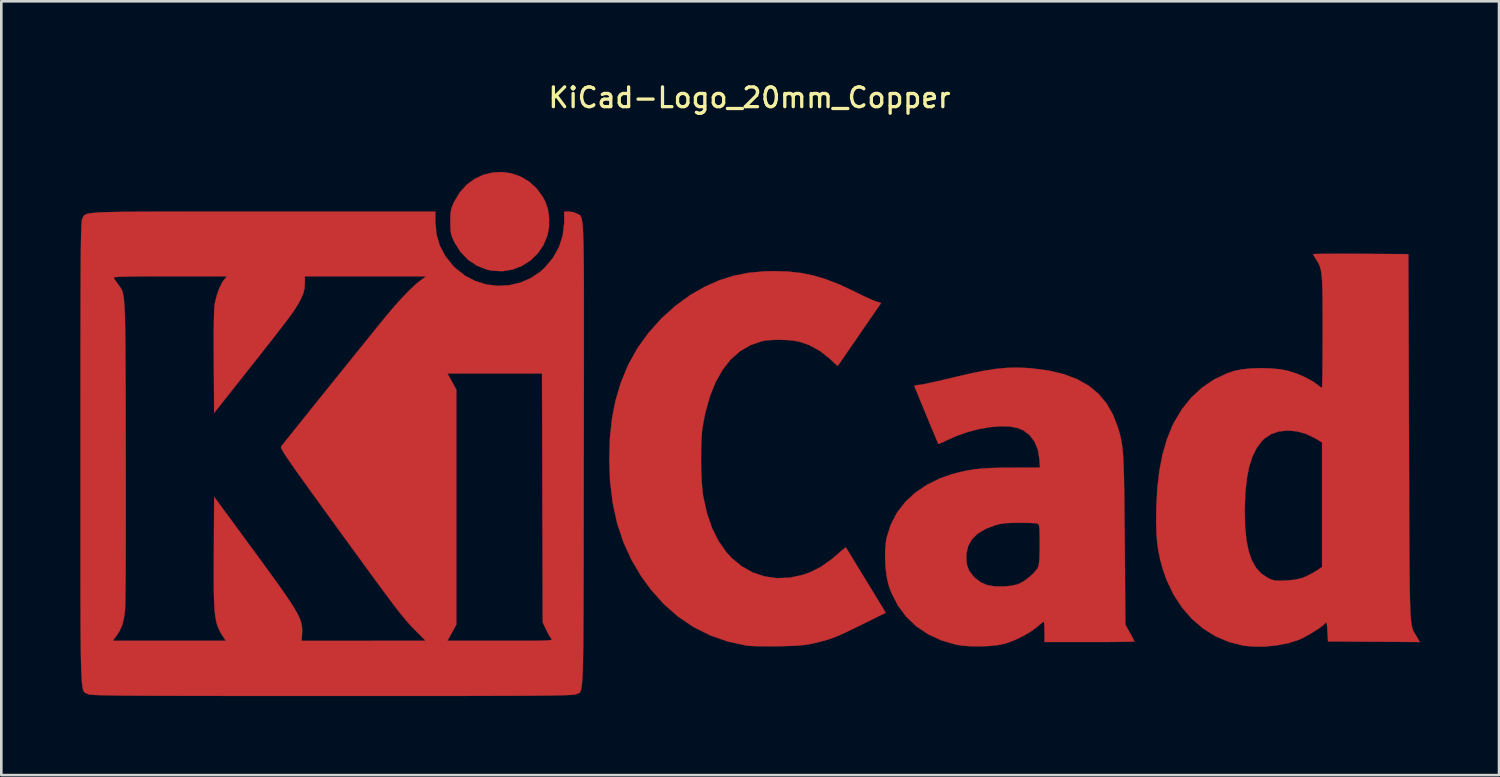
<source format=kicad_pcb>
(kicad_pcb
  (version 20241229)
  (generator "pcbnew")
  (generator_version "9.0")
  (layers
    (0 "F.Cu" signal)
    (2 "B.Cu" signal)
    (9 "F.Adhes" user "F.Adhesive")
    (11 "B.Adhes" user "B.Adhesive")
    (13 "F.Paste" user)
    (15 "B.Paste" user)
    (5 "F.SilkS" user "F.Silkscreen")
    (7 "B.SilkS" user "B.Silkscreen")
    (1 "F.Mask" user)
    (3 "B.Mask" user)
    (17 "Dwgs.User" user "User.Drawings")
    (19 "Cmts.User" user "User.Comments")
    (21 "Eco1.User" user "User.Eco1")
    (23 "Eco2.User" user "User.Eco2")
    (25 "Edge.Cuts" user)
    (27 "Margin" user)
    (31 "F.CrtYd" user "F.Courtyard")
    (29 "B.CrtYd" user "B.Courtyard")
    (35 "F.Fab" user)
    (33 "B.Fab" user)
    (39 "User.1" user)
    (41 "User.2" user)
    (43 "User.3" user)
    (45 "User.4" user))
  (footprint "KiCad-Logo_20mm_Copper"
    (layer "F.Cu")
    (at 25.405 13.358)
    (property "Reference" "KiCad-Logo_20mm_Copper" (at 0 -12.7 0) (layer "F.SilkS") (effects (font (size 0.75 0.75) (thickness 0.125))))
    (attr exclude_from_pos_files exclude_from_bom allow_missing_courtyard)
    (fp_poly (pts (xy -9.038 -9.825) (xy -8.696 -9.707) (xy -8.378 -9.52) (xy -8.094 -9.266) (xy -7.854 -8.943) (xy -7.746 -8.74) (xy -7.653 -8.455) (xy -7.608 -8.127) (xy -7.613 -7.79) (xy -7.668 -7.484) (xy -7.82 -7.11) (xy -8.04 -6.786) (xy -8.318 -6.518) (xy -8.641 -6.312) (xy -8.999 -6.175) (xy -9.381 -6.112) (xy -9.775 -6.132) (xy -9.969 -6.173) (xy -10.347 -6.32) (xy -10.683 -6.545) (xy -10.969 -6.84) (xy -11.196 -7.198) (xy -11.216 -7.238) (xy -11.282 -7.385) (xy -11.324 -7.508) (xy -11.346 -7.639) (xy -11.356 -7.807) (xy -11.357 -7.989) (xy -11.355 -8.208) (xy -11.343 -8.366) (xy -11.317 -8.494) (xy -11.271 -8.622) (xy -11.213 -8.748) (xy -10.999 -9.106) (xy -10.735 -9.397) (xy -10.432 -9.619) (xy -10.101 -9.772) (xy -9.751 -9.858) (xy -9.393 -9.876) (xy -9.038 -9.825)) (stroke (width 0.01) (type solid)) (fill yes) (layer "F.Cu"))
    (fp_poly (pts (xy 1.459 -6.099) (xy 1.95 -6.045) (xy 2.425 -5.949) (xy 2.905 -5.805) (xy 3.408 -5.609) (xy 3.953 -5.355) (xy 4.052 -5.306) (xy 4.277 -5.195) (xy 4.49 -5.095) (xy 4.669 -5.016) (xy 4.793 -4.966) (xy 4.812 -4.96) (xy 4.995 -4.905) (xy 4.177 -3.716) (xy 3.977 -3.425) (xy 3.794 -3.16) (xy 3.635 -2.928) (xy 3.505 -2.74) (xy 3.411 -2.604) (xy 3.359 -2.529) (xy 3.35 -2.517) (xy 3.316 -2.541) (xy 3.231 -2.616) (xy 3.112 -2.727) (xy 3.046 -2.79) (xy 2.671 -3.087) (xy 2.251 -3.314) (xy 1.889 -3.437) (xy 1.672 -3.476) (xy 1.399 -3.5) (xy 1.105 -3.508) (xy 0.819 -3.5) (xy 0.574 -3.476) (xy 0.477 -3.457) (xy 0.037 -3.306) (xy -0.359 -3.075) (xy -0.712 -2.764) (xy -1.02 -2.375) (xy -1.284 -1.907) (xy -1.504 -1.362) (xy -1.678 -0.738) (xy -1.782 -0.205) (xy -1.809 0.031) (xy -1.827 0.335) (xy -1.837 0.686) (xy -1.839 1.062) (xy -1.833 1.442) (xy -1.818 1.802) (xy -1.796 2.122) (xy -1.767 2.38) (xy -1.761 2.42) (xy -1.62 3.06) (xy -1.428 3.626) (xy -1.183 4.122) (xy -0.885 4.549) (xy -0.674 4.78) (xy -0.294 5.093) (xy 0.122 5.325) (xy 0.569 5.475) (xy 1.038 5.542) (xy 1.522 5.523) (xy 2.016 5.418) (xy 2.307 5.316) (xy 2.711 5.111) (xy 3.127 4.816) (xy 3.36 4.617) (xy 3.491 4.502) (xy 3.593 4.418) (xy 3.652 4.377) (xy 3.659 4.376) (xy 3.685 4.417) (xy 3.753 4.527) (xy 3.856 4.696) (xy 3.99 4.915) (xy 4.147 5.173) (xy 4.324 5.462) (xy 4.422 5.623) (xy 5.171 6.854) (xy 4.236 7.316) (xy 3.897 7.482) (xy 3.623 7.613) (xy 3.397 7.715) (xy 3.201 7.795) (xy 3.019 7.86) (xy 2.835 7.916) (xy 2.631 7.968) (xy 2.435 8.015) (xy 2.261 8.051) (xy 2.08 8.078) (xy 1.872 8.098) (xy 1.62 8.112) (xy 1.305 8.122) (xy 1.092 8.126) (xy 0.79 8.129) (xy 0.499 8.128) (xy 0.241 8.122) (xy 0.033 8.113) (xy -0.105 8.101) (xy -0.113 8.1) (xy -0.828 7.945) (xy -1.499 7.711) (xy -2.127 7.396) (xy -2.71 7.002) (xy -3.25 6.529) (xy -3.744 5.976) (xy -4.103 5.485) (xy -4.484 4.842) (xy -4.793 4.163) (xy -5.029 3.443) (xy -5.196 2.675) (xy -5.294 1.855) (xy -5.325 1.023) (xy -5.3 0.218) (xy -5.22 -0.525) (xy -5.083 -1.218) (xy -4.887 -1.874) (xy -4.629 -2.506) (xy -4.598 -2.571) (xy -4.258 -3.183) (xy -3.841 -3.764) (xy -3.358 -4.305) (xy -2.821 -4.791) (xy -2.243 -5.212) (xy -1.703 -5.52) (xy -1.158 -5.762) (xy -0.613 -5.937) (xy -0.044 -6.051) (xy 0.567 -6.107) (xy 0.933 -6.115) (xy 1.459 -6.099)) (stroke (width 0.01) (type solid)) (fill yes) (layer "F.Cu"))
    (fp_poly (pts (xy 22.685 -6.774) (xy 23.072 -6.772) (xy 23.204 -6.772) (xy 25.013 -6.76) (xy 25.036 0.182) (xy 25.039 1.123) (xy 25.042 1.978) (xy 25.044 2.751) (xy 25.047 3.445) (xy 25.049 4.067) (xy 25.052 4.619) (xy 25.056 5.107) (xy 25.06 5.535) (xy 25.065 5.907) (xy 25.071 6.228) (xy 25.078 6.502) (xy 25.087 6.734) (xy 25.097 6.928) (xy 25.109 7.088) (xy 25.123 7.219) (xy 25.139 7.325) (xy 25.157 7.411) (xy 25.178 7.482) (xy 25.201 7.54) (xy 25.227 7.592) (xy 25.255 7.641) (xy 25.287 7.692) (xy 25.322 7.749) (xy 25.329 7.761) (xy 25.45 7.967) (xy 21.963 7.943) (xy 21.941 7.56) (xy 21.928 7.376) (xy 21.915 7.27) (xy 21.898 7.228) (xy 21.871 7.237) (xy 21.849 7.261) (xy 21.754 7.349) (xy 21.598 7.463) (xy 21.403 7.588) (xy 21.192 7.712) (xy 20.987 7.82) (xy 20.83 7.891) (xy 20.46 8.008) (xy 20.037 8.09) (xy 19.59 8.136) (xy 19.152 8.141) (xy 18.753 8.103) (xy 18.746 8.101) (xy 18.2 7.964) (xy 17.689 7.746) (xy 17.218 7.451) (xy 16.791 7.085) (xy 16.415 6.651) (xy 16.092 6.154) (xy 15.83 5.6) (xy 15.687 5.189) (xy 15.592 4.846) (xy 15.522 4.513) (xy 15.475 4.171) (xy 15.447 3.8) (xy 15.437 3.378) (xy 15.442 3.034) (xy 18.801 3.034) (xy 18.816 3.611) (xy 18.867 4.107) (xy 18.953 4.528) (xy 19.076 4.876) (xy 19.238 5.157) (xy 19.44 5.375) (xy 19.674 5.529) (xy 19.796 5.587) (xy 19.901 5.621) (xy 20.019 5.637) (xy 20.177 5.638) (xy 20.347 5.632) (xy 20.682 5.603) (xy 20.947 5.545) (xy 21.03 5.516) (xy 21.22 5.43) (xy 21.421 5.323) (xy 21.508 5.269) (xy 21.736 5.12) (xy 21.736 0.388) (xy 21.485 0.238) (xy 21.136 0.068) (xy 20.779 -0.032) (xy 20.428 -0.064) (xy 20.095 -0.027) (xy 19.794 0.077) (xy 19.538 0.248) (xy 19.455 0.33) (xy 19.255 0.599) (xy 19.094 0.924) (xy 18.969 1.312) (xy 18.88 1.767) (xy 18.824 2.296) (xy 18.801 2.903) (xy 18.801 3.034) (xy 15.442 3.034) (xy 15.443 2.891) (xy 15.482 2.142) (xy 15.559 1.466) (xy 15.677 0.854) (xy 15.838 0.295) (xy 16.043 -0.219) (xy 16.117 -0.372) (xy 16.413 -0.87) (xy 16.77 -1.312) (xy 17.18 -1.691) (xy 17.636 -2.001) (xy 18.128 -2.234) (xy 18.422 -2.331) (xy 18.712 -2.388) (xy 19.06 -2.422) (xy 19.438 -2.432) (xy 19.817 -2.42) (xy 20.166 -2.385) (xy 20.447 -2.33) (xy 20.781 -2.221) (xy 21.105 -2.081) (xy 21.389 -1.925) (xy 21.54 -1.818) (xy 21.644 -1.739) (xy 21.716 -1.691) (xy 21.733 -1.684) (xy 21.738 -1.728) (xy 21.743 -1.854) (xy 21.747 -2.054) (xy 21.751 -2.318) (xy 21.754 -2.637) (xy 21.756 -3.002) (xy 21.758 -3.406) (xy 21.758 -3.816) (xy 21.758 -4.343) (xy 21.757 -4.786) (xy 21.754 -5.156) (xy 21.748 -5.46) (xy 21.739 -5.706) (xy 21.726 -5.905) (xy 21.708 -6.063) (xy 21.684 -6.189) (xy 21.654 -6.292) (xy 21.617 -6.381) (xy 21.572 -6.463) (xy 21.518 -6.548) (xy 21.511 -6.558) (xy 21.442 -6.668) (xy 21.4 -6.743) (xy 21.394 -6.759) (xy 21.438 -6.764) (xy 21.563 -6.768) (xy 21.76 -6.771) (xy 22.019 -6.773) (xy 22.331 -6.774) (xy 22.685 -6.774)) (stroke (width 0.01) (type solid)) (fill yes) (layer "F.Cu"))
    (fp_poly (pts (xy 10.502 -2.439) (xy 10.727 -2.422) (xy 11.372 -2.336) (xy 11.944 -2.2) (xy 12.444 -2.01) (xy 12.876 -1.765) (xy 13.243 -1.463) (xy 13.547 -1.103) (xy 13.791 -0.683) (xy 13.97 -0.228) (xy 14.015 -0.082) (xy 14.054 0.054) (xy 14.088 0.188) (xy 14.117 0.327) (xy 14.142 0.479) (xy 14.163 0.651) (xy 14.18 0.851) (xy 14.194 1.085) (xy 14.205 1.362) (xy 14.215 1.687) (xy 14.222 2.069) (xy 14.229 2.516) (xy 14.235 3.033) (xy 14.24 3.629) (xy 14.244 4.097) (xy 14.27 7.306) (xy 14.441 7.615) (xy 14.522 7.764) (xy 14.582 7.879) (xy 14.611 7.941) (xy 14.612 7.945) (xy 14.568 7.95) (xy 14.443 7.954) (xy 14.247 7.958) (xy 13.99 7.961) (xy 13.681 7.964) (xy 13.331 7.965) (xy 12.95 7.966) (xy 12.905 7.966) (xy 11.198 7.966) (xy 11.198 7.579) (xy 11.195 7.404) (xy 11.187 7.27) (xy 11.176 7.199) (xy 11.171 7.192) (xy 11.126 7.22) (xy 11.033 7.293) (xy 10.912 7.395) (xy 10.909 7.398) (xy 10.689 7.562) (xy 10.41 7.727) (xy 10.105 7.876) (xy 9.805 7.994) (xy 9.673 8.034) (xy 9.41 8.085) (xy 9.087 8.118) (xy 8.735 8.131) (xy 8.381 8.126) (xy 8.057 8.1) (xy 7.829 8.063) (xy 7.272 7.899) (xy 6.771 7.666) (xy 6.328 7.367) (xy 5.948 7.003) (xy 5.633 6.579) (xy 5.386 6.096) (xy 5.28 5.804) (xy 5.213 5.519) (xy 5.169 5.178) (xy 5.148 4.811) (xy 5.149 4.757) (xy 8.228 4.757) (xy 8.253 5.03) (xy 8.338 5.257) (xy 8.495 5.467) (xy 8.556 5.529) (xy 8.77 5.695) (xy 9.018 5.802) (xy 9.315 5.854) (xy 9.628 5.858) (xy 9.925 5.833) (xy 10.152 5.783) (xy 10.251 5.746) (xy 10.428 5.646) (xy 10.617 5.504) (xy 10.789 5.345) (xy 10.917 5.193) (xy 10.951 5.137) (xy 10.977 5.059) (xy 10.996 4.934) (xy 11.008 4.751) (xy 11.014 4.498) (xy 11.016 4.257) (xy 11.015 3.976) (xy 11.011 3.773) (xy 11.004 3.634) (xy 10.991 3.547) (xy 10.972 3.498) (xy 10.945 3.473) (xy 10.936 3.469) (xy 10.863 3.457) (xy 10.718 3.448) (xy 10.521 3.441) (xy 10.292 3.438) (xy 10.242 3.438) (xy 9.936 3.443) (xy 9.699 3.457) (xy 9.511 3.484) (xy 9.356 3.522) (xy 8.97 3.668) (xy 8.668 3.847) (xy 8.447 4.062) (xy 8.303 4.317) (xy 8.235 4.613) (xy 8.228 4.757) (xy 5.149 4.757) (xy 5.153 4.45) (xy 5.184 4.126) (xy 5.208 3.995) (xy 5.361 3.51) (xy 5.594 3.063) (xy 5.903 2.66) (xy 6.283 2.304) (xy 6.729 1.999) (xy 7.238 1.751) (xy 7.67 1.6) (xy 7.959 1.52) (xy 8.235 1.459) (xy 8.517 1.413) (xy 8.822 1.38) (xy 9.168 1.36) (xy 9.573 1.349) (xy 9.94 1.346) (xy 11.026 1.343) (xy 11.005 1.016) (xy 10.946 0.662) (xy 10.82 0.358) (xy 10.633 0.11) (xy 10.391 -0.072) (xy 10.177 -0.161) (xy 9.87 -0.217) (xy 9.506 -0.225) (xy 9.1 -0.188) (xy 8.67 -0.109) (xy 8.232 0.009) (xy 7.805 0.164) (xy 7.495 0.305) (xy 7.345 0.377) (xy 7.231 0.428) (xy 7.173 0.447) (xy 7.17 0.447) (xy 7.15 0.403) (xy 7.1 0.285) (xy 7.025 0.106) (xy 6.93 -0.123) (xy 6.818 -0.392) (xy 6.705 -0.666) (xy 6.251 -1.764) (xy 6.574 -1.817) (xy 6.714 -1.844) (xy 6.924 -1.889) (xy 7.186 -1.947) (xy 7.483 -2.016) (xy 7.796 -2.09) (xy 7.92 -2.121) (xy 8.46 -2.246) (xy 8.932 -2.339) (xy 9.355 -2.404) (xy 9.745 -2.441) (xy 10.122 -2.452) (xy 10.502 -2.439)) (stroke (width 0.01) (type solid)) (fill yes) (layer "F.Cu"))
    (fp_poly (pts (xy -19.746 -8.376) (xy -18.869 -8.376) (xy -18.461 -8.376) (xy -11.926 -8.376) (xy -11.926 -7.99) (xy -11.885 -7.522) (xy -11.761 -7.089) (xy -11.553 -6.691) (xy -11.259 -6.324) (xy -11.16 -6.225) (xy -10.803 -5.943) (xy -10.409 -5.738) (xy -9.991 -5.609) (xy -9.559 -5.556) (xy -9.126 -5.579) (xy -8.702 -5.677) (xy -8.301 -5.851) (xy -7.933 -6.101) (xy -7.768 -6.252) (xy -7.46 -6.621) (xy -7.234 -7.027) (xy -7.092 -7.466) (xy -7.036 -7.931) (xy -7.036 -7.977) (xy -7.033 -8.376) (xy -6.858 -8.376) (xy -6.702 -8.355) (xy -6.561 -8.303) (xy -6.551 -8.298) (xy -6.519 -8.281) (xy -6.49 -8.268) (xy -6.463 -8.255) (xy -6.438 -8.238) (xy -6.416 -8.214) (xy -6.396 -8.178) (xy -6.378 -8.127) (xy -6.362 -8.057) (xy -6.348 -7.964) (xy -6.336 -7.845) (xy -6.325 -7.695) (xy -6.316 -7.512) (xy -6.308 -7.29) (xy -6.302 -7.027) (xy -6.297 -6.719) (xy -6.293 -6.361) (xy -6.29 -5.951) (xy -6.288 -5.484) (xy -6.287 -4.957) (xy -6.287 -4.365) (xy -6.287 -3.705) (xy -6.287 -2.974) (xy -6.288 -2.167) (xy -6.29 -1.281) (xy -6.291 -0.312) (xy -6.292 0.744) (xy -6.293 0.873) (xy -6.294 1.935) (xy -6.295 2.911) (xy -6.296 3.803) (xy -6.297 4.615) (xy -6.299 5.352) (xy -6.3 6.016) (xy -6.302 6.611) (xy -6.304 7.142) (xy -6.308 7.613) (xy -6.311 8.026) (xy -6.316 8.385) (xy -6.322 8.695) (xy -6.329 8.96) (xy -6.337 9.182) (xy -6.347 9.366) (xy -6.358 9.515) (xy -6.37 9.634) (xy -6.384 9.726) (xy -6.401 9.795) (xy -6.419 9.844) (xy -6.439 9.877) (xy -6.462 9.899) (xy -6.486 9.913) (xy -6.514 9.922) (xy -6.544 9.931) (xy -6.576 9.942) (xy -6.584 9.946) (xy -6.609 9.954) (xy -6.651 9.962) (xy -6.713 9.968) (xy -6.8 9.975) (xy -6.914 9.98) (xy -7.06 9.985) (xy -7.241 9.99) (xy -7.46 9.994) (xy -7.722 9.998) (xy -8.03 10.001) (xy -8.388 10.003) (xy -8.8 10.006) (xy -9.268 10.008) (xy -9.797 10.009) (xy -10.39 10.011) (xy -11.051 10.012) (xy -11.784 10.012) (xy -12.593 10.013) (xy -13.48 10.013) (xy -14.45 10.013) (xy -15.506 10.013) (xy -15.848 10.013) (xy -16.927 10.013) (xy -17.919 10.013) (xy -18.828 10.012) (xy -19.656 10.012) (xy -20.409 10.011) (xy -21.089 10.01) (xy -21.699 10.009) (xy -22.245 10.007) (xy -22.73 10.005) (xy -23.156 10.003) (xy -23.529 10.001) (xy -23.851 9.998) (xy -24.126 9.994) (xy -24.359 9.99) (xy -24.552 9.986) (xy -24.709 9.981) (xy -24.835 9.976) (xy -24.933 9.97) (xy -25.006 9.963) (xy -25.058 9.956) (xy -25.093 9.948) (xy -25.112 9.941) (xy -25.146 9.927) (xy -25.178 9.916) (xy -25.206 9.905) (xy -25.232 9.891) (xy -25.256 9.869) (xy -25.277 9.836) (xy -25.296 9.788) (xy -25.313 9.721) (xy -25.329 9.631) (xy -25.342 9.515) (xy -25.353 9.369) (xy -25.363 9.189) (xy -25.372 8.972) (xy -25.379 8.713) (xy -25.385 8.409) (xy -25.389 8.056) (xy -25.39 7.92) (xy -24.176 7.92) (xy -19.882 7.92) (xy -19.964 7.795) (xy -20.046 7.667) (xy -20.116 7.544) (xy -20.174 7.419) (xy -20.221 7.283) (xy -20.259 7.128) (xy -20.288 6.944) (xy -20.31 6.724) (xy -20.325 6.458) (xy -20.334 6.138) (xy -20.338 5.757) (xy -20.339 5.304) (xy -20.337 4.771) (xy -20.336 4.573) (xy -20.325 2.454) (xy -18.982 4.282) (xy -18.601 4.8) (xy -18.272 5.252) (xy -17.989 5.642) (xy -17.751 5.978) (xy -17.552 6.264) (xy -17.39 6.508) (xy -17.262 6.714) (xy -17.162 6.889) (xy -17.089 7.039) (xy -17.038 7.17) (xy -17.006 7.287) (xy -16.989 7.398) (xy -16.983 7.507) (xy -16.986 7.621) (xy -16.987 7.635) (xy -17.002 7.921) (xy -14.649 7.921) (xy -12.296 7.92) (xy -12.646 7.567) (xy -12.741 7.471) (xy -12.831 7.377) (xy -12.92 7.281) (xy -13.012 7.176) (xy -13.112 7.059) (xy -13.222 6.924) (xy -13.347 6.765) (xy -13.491 6.578) (xy -13.657 6.357) (xy -13.851 6.098) (xy -14.075 5.794) (xy -14.334 5.441) (xy -14.631 5.034) (xy -14.971 4.567) (xy -15.358 4.036) (xy -15.675 3.6) (xy -16.072 3.052) (xy -16.419 2.573) (xy -16.718 2.159) (xy -16.973 1.804) (xy -17.187 1.504) (xy -17.362 1.255) (xy -17.502 1.052) (xy -17.611 0.891) (xy -17.69 0.766) (xy -17.744 0.674) (xy -17.776 0.61) (xy -17.788 0.569) (xy -17.784 0.548) (xy -17.74 0.491) (xy -17.644 0.37) (xy -17.503 0.193) (xy -17.322 -0.033) (xy -17.106 -0.302) (xy -16.863 -0.606) (xy -16.597 -0.937) (xy -16.314 -1.289) (xy -16.02 -1.654) (xy -15.72 -2.026) (xy -15.556 -2.23) (xy -11.469 -2.23) (xy -11.13 -1.616) (xy -11.13 7.306) (xy -11.469 7.92) (xy -9.46 7.92) (xy -8.981 7.92) (xy -8.584 7.92) (xy -8.264 7.918) (xy -8.012 7.916) (xy -7.821 7.912) (xy -7.683 7.906) (xy -7.59 7.898) (xy -7.536 7.888) (xy -7.512 7.875) (xy -7.51 7.859) (xy -7.524 7.84) (xy -7.524 7.84) (xy -7.582 7.757) (xy -7.658 7.622) (xy -7.725 7.487) (xy -7.852 7.215) (xy -7.865 2.492) (xy -7.878 -2.23) (xy -11.469 -2.23) (xy -15.556 -2.23) (xy -15.422 -2.397) (xy -15.129 -2.76) (xy -14.849 -3.107) (xy -14.586 -3.432) (xy -14.348 -3.728) (xy -14.138 -3.987) (xy -13.964 -4.202) (xy -13.831 -4.365) (xy -13.752 -4.461) (xy -13.448 -4.818) (xy -13.156 -5.14) (xy -12.885 -5.417) (xy -12.646 -5.638) (xy -12.477 -5.773) (xy -12.277 -5.918) (xy -16.883 -5.918) (xy -16.882 -5.647) (xy -16.895 -5.449) (xy -16.943 -5.264) (xy -17.018 -5.09) (xy -17.067 -4.991) (xy -17.119 -4.893) (xy -17.18 -4.79) (xy -17.254 -4.674) (xy -17.346 -4.54) (xy -17.461 -4.381) (xy -17.603 -4.191) (xy -17.778 -3.962) (xy -17.99 -3.689) (xy -18.244 -3.365) (xy -18.544 -2.983) (xy -18.896 -2.537) (xy -18.936 -2.487) (xy -20.325 -0.731) (xy -20.338 -2.676) (xy -20.341 -3.258) (xy -20.34 -3.751) (xy -20.336 -4.157) (xy -20.329 -4.476) (xy -20.318 -4.711) (xy -20.304 -4.862) (xy -20.3 -4.891) (xy -20.226 -5.195) (xy -20.129 -5.468) (xy -20.019 -5.688) (xy -19.953 -5.782) (xy -19.839 -5.918) (xy -22.007 -5.918) (xy -22.525 -5.917) (xy -22.957 -5.916) (xy -23.312 -5.913) (xy -23.594 -5.909) (xy -23.81 -5.904) (xy -23.967 -5.897) (xy -24.07 -5.888) (xy -24.127 -5.877) (xy -24.143 -5.864) (xy -24.142 -5.861) (xy -24.096 -5.791) (xy -24.019 -5.681) (xy -23.98 -5.626) (xy -23.938 -5.57) (xy -23.902 -5.52) (xy -23.869 -5.472) (xy -23.839 -5.419) (xy -23.813 -5.358) (xy -23.791 -5.283) (xy -23.771 -5.189) (xy -23.754 -5.072) (xy -23.74 -4.927) (xy -23.728 -4.748) (xy -23.718 -4.532) (xy -23.71 -4.272) (xy -23.703 -3.964) (xy -23.698 -3.604) (xy -23.694 -3.186) (xy -23.691 -2.706) (xy -23.688 -2.158) (xy -23.686 -1.537) (xy -23.684 -0.84) (xy -23.683 -0.061) (xy -23.681 0.656) (xy -23.679 1.454) (xy -23.678 2.216) (xy -23.678 2.936) (xy -23.679 3.61) (xy -23.68 4.232) (xy -23.682 4.799) (xy -23.685 5.304) (xy -23.689 5.744) (xy -23.693 6.113) (xy -23.697 6.406) (xy -23.703 6.619) (xy -23.708 6.746) (xy -23.71 6.76) (xy -23.75 7.069) (xy -23.813 7.318) (xy -23.908 7.535) (xy -24.047 7.749) (xy -24.065 7.772) (xy -24.176 7.92) (xy -25.39 7.92) (xy -25.393 7.65) (xy -25.396 7.188) (xy -25.398 6.666) (xy -25.399 6.079) (xy -25.4 5.425) (xy -25.4 4.7) (xy -25.4 3.899) (xy -25.4 3.019) (xy -25.4 2.056) (xy -25.4 1.007) (xy -25.4 0.799) (xy -25.4 -0.261) (xy -25.4 -1.234) (xy -25.399 -2.124) (xy -25.399 -2.933) (xy -25.398 -3.667) (xy -25.397 -4.328) (xy -25.396 -4.921) (xy -25.394 -5.448) (xy -25.392 -5.915) (xy -25.39 -6.324) (xy -25.387 -6.679) (xy -25.384 -6.985) (xy -25.38 -7.244) (xy -25.376 -7.461) (xy -25.371 -7.639) (xy -25.366 -7.782) (xy -25.361 -7.894) (xy -25.354 -7.978) (xy -25.347 -8.039) (xy -25.34 -8.079) (xy -25.331 -8.103) (xy -25.331 -8.104) (xy -25.314 -8.141) (xy -25.3 -8.174) (xy -25.284 -8.204) (xy -25.262 -8.231) (xy -25.23 -8.255) (xy -25.183 -8.277) (xy -25.118 -8.295) (xy -25.029 -8.311) (xy -24.912 -8.325) (xy -24.763 -8.337) (xy -24.577 -8.347) (xy -24.35 -8.355) (xy -24.079 -8.361) (xy -23.757 -8.366) (xy -23.381 -8.37) (xy -22.947 -8.372) (xy -22.45 -8.374) (xy -21.886 -8.375) (xy -21.25 -8.376) (xy -20.538 -8.376) (xy -19.746 -8.376)) (stroke (width 0.01) (type solid)) (fill yes) (layer "F.Cu")))
  (gr_rect
    (start -3 -3)
    (end 53.86 26.376)
    (stroke (width 0.1) (type default))
    (fill no)
    (layer "Edge.Cuts")))
</source>
